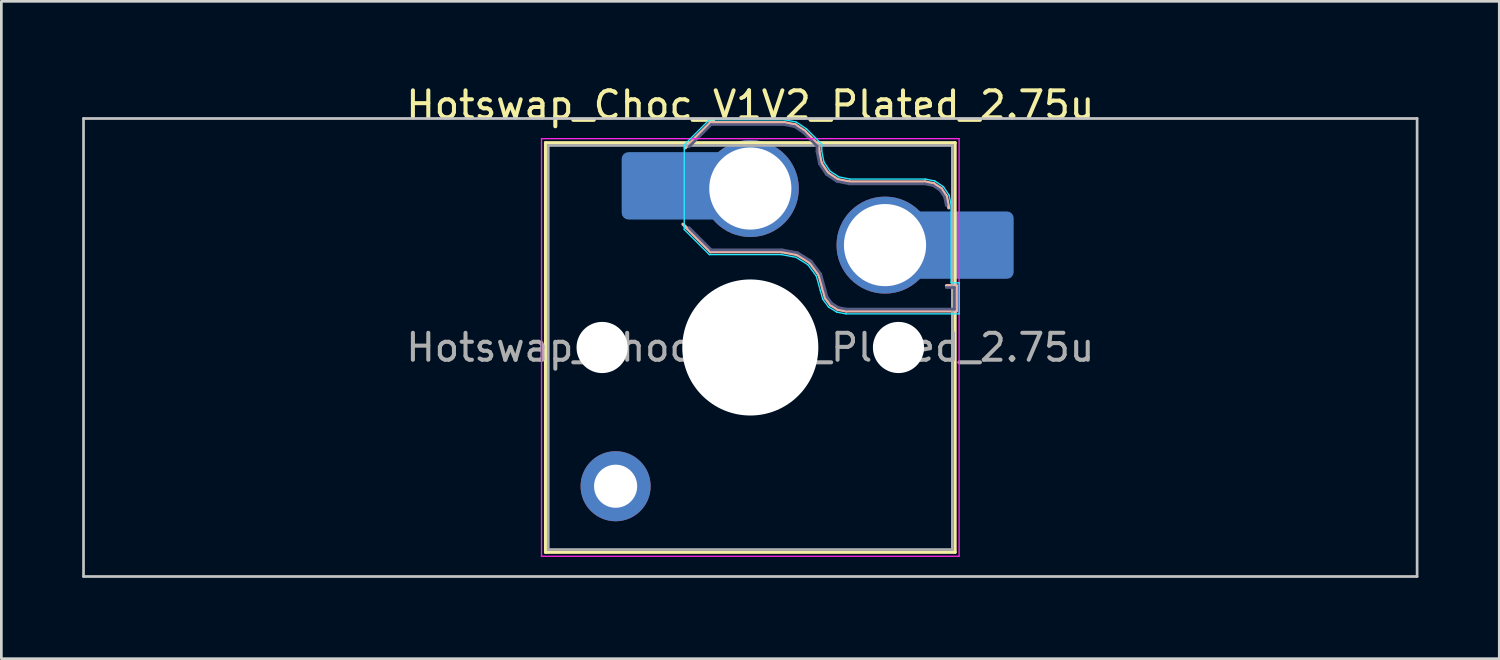
<source format=kicad_pcb>
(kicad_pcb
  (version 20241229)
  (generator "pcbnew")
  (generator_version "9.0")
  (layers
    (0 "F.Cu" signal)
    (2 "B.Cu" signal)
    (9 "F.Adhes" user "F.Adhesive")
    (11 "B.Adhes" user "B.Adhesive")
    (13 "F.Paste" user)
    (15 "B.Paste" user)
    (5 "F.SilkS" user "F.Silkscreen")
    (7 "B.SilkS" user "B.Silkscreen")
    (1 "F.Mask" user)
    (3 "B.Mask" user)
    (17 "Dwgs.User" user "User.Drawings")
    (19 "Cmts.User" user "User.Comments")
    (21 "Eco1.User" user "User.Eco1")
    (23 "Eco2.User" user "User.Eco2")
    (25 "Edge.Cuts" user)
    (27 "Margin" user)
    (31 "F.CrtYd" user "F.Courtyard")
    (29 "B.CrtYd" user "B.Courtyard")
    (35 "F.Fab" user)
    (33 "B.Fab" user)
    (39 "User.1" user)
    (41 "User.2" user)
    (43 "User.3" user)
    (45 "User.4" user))
  (footprint "Hotswap_Choc_V1V2_Plated_2.75u"
    (layer "F.Cu")
    (at 24.8 9.848)
    (property "Reference" "Hotswap_Choc_V1V2_Plated_2.75u" (at 0 -9 0) (layer "F.SilkS") (effects (font (size 1 1) (thickness 0.15))))
    (attr smd)
    (fp_line (start -7.6 -7.6) (end -7.6 7.6) (stroke (width 0.12) (type solid)) (layer "F.SilkS"))
    (fp_line (start -7.6 7.6) (end 7.6 7.6) (stroke (width 0.12) (type solid)) (layer "F.SilkS"))
    (fp_line (start 7.6 -7.6) (end -7.6 -7.6) (stroke (width 0.12) (type solid)) (layer "F.SilkS"))
    (fp_line (start 7.6 7.6) (end 7.6 -7.6) (stroke (width 0.12) (type solid)) (layer "F.SilkS"))
    (fp_line (start -2.416 -7.409) (end -1.479 -8.346) (stroke (width 0.12) (type solid)) (layer "B.SilkS"))
    (fp_line (start -1.479 -8.346) (end 1.268 -8.346) (stroke (width 0.12) (type solid)) (layer "B.SilkS"))
    (fp_line (start -1.479 -3.554) (end -2.5 -4.575) (stroke (width 0.12) (type solid)) (layer "B.SilkS"))
    (fp_line (start 1.168 -3.554) (end -1.479 -3.554) (stroke (width 0.12) (type solid)) (layer "B.SilkS"))
    (fp_line (start 1.268 -8.346) (end 1.671 -8.266) (stroke (width 0.12) (type solid)) (layer "B.SilkS"))
    (fp_line (start 1.671 -8.266) (end 2.013 -8.037) (stroke (width 0.12) (type solid)) (layer "B.SilkS"))
    (fp_line (start 1.73 -3.449) (end 1.168 -3.554) (stroke (width 0.12) (type solid)) (layer "B.SilkS"))
    (fp_line (start 2.013 -8.037) (end 2.546 -7.504) (stroke (width 0.12) (type solid)) (layer "B.SilkS"))
    (fp_line (start 2.209 -3.15) (end 1.73 -3.449) (stroke (width 0.12) (type solid)) (layer "B.SilkS"))
    (fp_line (start 2.546 -7.504) (end 2.546 -7.282) (stroke (width 0.12) (type solid)) (layer "B.SilkS"))
    (fp_line (start 2.546 -7.282) (end 2.633 -6.844) (stroke (width 0.12) (type solid)) (layer "B.SilkS"))
    (fp_line (start 2.547 -2.697) (end 2.209 -3.15) (stroke (width 0.12) (type solid)) (layer "B.SilkS"))
    (fp_line (start 2.633 -6.844) (end 2.877 -6.477) (stroke (width 0.12) (type solid)) (layer "B.SilkS"))
    (fp_line (start 2.701 -2.139) (end 2.547 -2.697) (stroke (width 0.12) (type solid)) (layer "B.SilkS"))
    (fp_line (start 2.783 -1.841) (end 2.701 -2.139) (stroke (width 0.12) (type solid)) (layer "B.SilkS"))
    (fp_line (start 2.877 -6.477) (end 3.244 -6.233) (stroke (width 0.12) (type solid)) (layer "B.SilkS"))
    (fp_line (start 2.976 -1.583) (end 2.783 -1.841) (stroke (width 0.12) (type solid)) (layer "B.SilkS"))
    (fp_line (start 3.244 -6.233) (end 3.682 -6.146) (stroke (width 0.12) (type solid)) (layer "B.SilkS"))
    (fp_line (start 3.25 -1.413) (end 2.976 -1.583) (stroke (width 0.12) (type solid)) (layer "B.SilkS"))
    (fp_line (start 3.56 -1.354) (end 3.25 -1.413) (stroke (width 0.12) (type solid)) (layer "B.SilkS"))
    (fp_line (start 3.682 -6.146) (end 6.482 -6.146) (stroke (width 0.12) (type solid)) (layer "B.SilkS"))
    (fp_line (start 6.482 -6.146) (end 6.809 -6.081) (stroke (width 0.12) (type solid)) (layer "B.SilkS"))
    (fp_line (start 6.809 -6.081) (end 7.092 -5.892) (stroke (width 0.12) (type solid)) (layer "B.SilkS"))
    (fp_line (start 7.092 -5.892) (end 7.281 -5.609) (stroke (width 0.12) (type solid)) (layer "B.SilkS"))
    (fp_line (start 7.281 -5.609) (end 7.366 -5.182) (stroke (width 0.12) (type solid)) (layer "B.SilkS"))
    (fp_line (start 7.283 -2.296) (end 7.646 -2.296) (stroke (width 0.12) (type solid)) (layer "B.SilkS"))
    (fp_line (start 7.646 -2.296) (end 7.646 -1.354) (stroke (width 0.12) (type solid)) (layer "B.SilkS"))
    (fp_line (start 7.646 -1.354) (end 3.56 -1.354) (stroke (width 0.12) (type solid)) (layer "B.SilkS"))
    (fp_line (start -24.75 -8.5) (end -24.75 8.5) (stroke (width 0.1) (type solid)) (layer "Dwgs.User"))
    (fp_line (start -24.75 8.5) (end 24.75 8.5) (stroke (width 0.1) (type solid)) (layer "Dwgs.User"))
    (fp_line (start 24.75 -8.5) (end -24.75 -8.5) (stroke (width 0.1) (type solid)) (layer "Dwgs.User"))
    (fp_line (start 24.75 8.5) (end 24.75 -8.5) (stroke (width 0.1) (type solid)) (layer "Dwgs.User"))
    (fp_line (start -7.25 -7.25) (end -7.25 7.25) (stroke (width 0.1) (type solid)) (layer "Eco1.User"))
    (fp_line (start -7.25 7.25) (end 7.25 7.25) (stroke (width 0.1) (type solid)) (layer "Eco1.User"))
    (fp_line (start 7.25 -7.25) (end -7.25 -7.25) (stroke (width 0.1) (type solid)) (layer "Eco1.User"))
    (fp_line (start 7.25 7.25) (end 7.25 -7.25) (stroke (width 0.1) (type solid)) (layer "Eco1.User"))
    (fp_line (start -2.452 -7.523) (end -1.523 -8.452) (stroke (width 0.05) (type solid)) (layer "B.CrtYd"))
    (fp_line (start -2.452 -4.377) (end -2.452 -7.523) (stroke (width 0.05) (type solid)) (layer "B.CrtYd"))
    (fp_line (start -1.523 -8.452) (end 1.278 -8.452) (stroke (width 0.05) (type solid)) (layer "B.CrtYd"))
    (fp_line (start -1.523 -3.448) (end -2.452 -4.377) (stroke (width 0.05) (type solid)) (layer "B.CrtYd"))
    (fp_line (start 1.159 -3.448) (end -1.523 -3.448) (stroke (width 0.05) (type solid)) (layer "B.CrtYd"))
    (fp_line (start 1.278 -8.452) (end 1.712 -8.366) (stroke (width 0.05) (type solid)) (layer "B.CrtYd"))
    (fp_line (start 1.691 -3.348) (end 1.159 -3.448) (stroke (width 0.05) (type solid)) (layer "B.CrtYd"))
    (fp_line (start 1.712 -8.366) (end 2.081 -8.119) (stroke (width 0.05) (type solid)) (layer "B.CrtYd"))
    (fp_line (start 2.081 -8.119) (end 2.652 -7.548) (stroke (width 0.05) (type solid)) (layer "B.CrtYd"))
    (fp_line (start 2.136 -3.071) (end 1.691 -3.348) (stroke (width 0.05) (type solid)) (layer "B.CrtYd"))
    (fp_line (start 2.45 -2.65) (end 2.136 -3.071) (stroke (width 0.05) (type solid)) (layer "B.CrtYd"))
    (fp_line (start 2.599 -2.111) (end 2.45 -2.65) (stroke (width 0.05) (type solid)) (layer "B.CrtYd"))
    (fp_line (start 2.652 -7.548) (end 2.652 -7.292) (stroke (width 0.05) (type solid)) (layer "B.CrtYd"))
    (fp_line (start 2.652 -7.292) (end 2.733 -6.885) (stroke (width 0.05) (type solid)) (layer "B.CrtYd"))
    (fp_line (start 2.687 -1.794) (end 2.599 -2.111) (stroke (width 0.05) (type solid)) (layer "B.CrtYd"))
    (fp_line (start 2.733 -6.885) (end 2.953 -6.553) (stroke (width 0.05) (type solid)) (layer "B.CrtYd"))
    (fp_line (start 2.903 -1.503) (end 2.687 -1.794) (stroke (width 0.05) (type solid)) (layer "B.CrtYd"))
    (fp_line (start 2.953 -6.553) (end 3.285 -6.333) (stroke (width 0.05) (type solid)) (layer "B.CrtYd"))
    (fp_line (start 3.211 -1.312) (end 2.903 -1.503) (stroke (width 0.05) (type solid)) (layer "B.CrtYd"))
    (fp_line (start 3.285 -6.333) (end 3.692 -6.252) (stroke (width 0.05) (type solid)) (layer "B.CrtYd"))
    (fp_line (start 3.55 -1.248) (end 3.211 -1.312) (stroke (width 0.05) (type solid)) (layer "B.CrtYd"))
    (fp_line (start 3.692 -6.252) (end 6.492 -6.252) (stroke (width 0.05) (type solid)) (layer "B.CrtYd"))
    (fp_line (start 6.492 -6.252) (end 6.85 -6.181) (stroke (width 0.05) (type solid)) (layer "B.CrtYd"))
    (fp_line (start 6.85 -6.181) (end 7.168 -5.968) (stroke (width 0.05) (type solid)) (layer "B.CrtYd"))
    (fp_line (start 7.168 -5.968) (end 7.381 -5.65) (stroke (width 0.05) (type solid)) (layer "B.CrtYd"))
    (fp_line (start 7.381 -5.65) (end 7.452 -5.292) (stroke (width 0.05) (type solid)) (layer "B.CrtYd"))
    (fp_line (start 7.452 -5.292) (end 7.452 -2.402) (stroke (width 0.05) (type solid)) (layer "B.CrtYd"))
    (fp_line (start 7.452 -2.402) (end 7.752 -2.402) (stroke (width 0.05) (type solid)) (layer "B.CrtYd"))
    (fp_line (start 7.752 -2.402) (end 7.752 -1.248) (stroke (width 0.05) (type solid)) (layer "B.CrtYd"))
    (fp_line (start 7.752 -1.248) (end 3.55 -1.248) (stroke (width 0.05) (type solid)) (layer "B.CrtYd"))
    (fp_line (start -7.75 -7.75) (end -7.75 7.75) (stroke (width 0.05) (type solid)) (layer "F.CrtYd"))
    (fp_line (start -7.75 7.75) (end 7.75 7.75) (stroke (width 0.05) (type solid)) (layer "F.CrtYd"))
    (fp_line (start 7.75 -7.75) (end -7.75 -7.75) (stroke (width 0.05) (type solid)) (layer "F.CrtYd"))
    (fp_line (start 7.75 7.75) (end 7.75 -7.75) (stroke (width 0.05) (type solid)) (layer "F.CrtYd"))
    (fp_line (start -2.275 -7.45) (end -1.45 -8.275) (stroke (width 0.1) (type solid)) (layer "B.Fab"))
    (fp_line (start -1.45 -8.275) (end 1.261 -8.275) (stroke (width 0.1) (type solid)) (layer "B.Fab"))
    (fp_line (start -1.45 -3.625) (end -2.275 -4.45) (stroke (width 0.1) (type solid)) (layer "B.Fab"))
    (fp_line (start 1.175 -3.625) (end -1.45 -3.625) (stroke (width 0.1) (type solid)) (layer "B.Fab"))
    (fp_line (start 1.261 -8.275) (end 1.643 -8.199) (stroke (width 0.1) (type solid)) (layer "B.Fab"))
    (fp_line (start 1.643 -8.199) (end 1.968 -7.982) (stroke (width 0.1) (type solid)) (layer "B.Fab"))
    (fp_line (start 1.756 -3.516) (end 1.175 -3.625) (stroke (width 0.1) (type solid)) (layer "B.Fab"))
    (fp_line (start 1.968 -7.982) (end 2.475 -7.475) (stroke (width 0.1) (type solid)) (layer "B.Fab"))
    (fp_line (start 2.258 -3.203) (end 1.756 -3.516) (stroke (width 0.1) (type solid)) (layer "B.Fab"))
    (fp_line (start 2.475 -7.475) (end 2.475 -7.275) (stroke (width 0.1) (type solid)) (layer "B.Fab"))
    (fp_line (start 2.475 -7.275) (end 2.566 -6.816) (stroke (width 0.1) (type solid)) (layer "B.Fab"))
    (fp_line (start 2.566 -6.816) (end 2.826 -6.426) (stroke (width 0.1) (type solid)) (layer "B.Fab"))
    (fp_line (start 2.612 -2.729) (end 2.258 -3.203) (stroke (width 0.1) (type solid)) (layer "B.Fab"))
    (fp_line (start 2.769 -2.158) (end 2.612 -2.729) (stroke (width 0.1) (type solid)) (layer "B.Fab"))
    (fp_line (start 2.826 -6.426) (end 3.216 -6.166) (stroke (width 0.1) (type solid)) (layer "B.Fab"))
    (fp_line (start 2.848 -1.873) (end 2.769 -2.158) (stroke (width 0.1) (type solid)) (layer "B.Fab"))
    (fp_line (start 3.025 -1.636) (end 2.848 -1.873) (stroke (width 0.1) (type solid)) (layer "B.Fab"))
    (fp_line (start 3.216 -6.166) (end 3.675 -6.075) (stroke (width 0.1) (type solid)) (layer "B.Fab"))
    (fp_line (start 3.276 -1.48) (end 3.025 -1.636) (stroke (width 0.1) (type solid)) (layer "B.Fab"))
    (fp_line (start 3.567 -1.425) (end 3.276 -1.48) (stroke (width 0.1) (type solid)) (layer "B.Fab"))
    (fp_line (start 3.675 -6.075) (end 6.475 -6.075) (stroke (width 0.1) (type solid)) (layer "B.Fab"))
    (fp_line (start 6.475 -6.075) (end 6.781 -6.014) (stroke (width 0.1) (type solid)) (layer "B.Fab"))
    (fp_line (start 6.781 -6.014) (end 7.041 -5.841) (stroke (width 0.1) (type solid)) (layer "B.Fab"))
    (fp_line (start 7.041 -5.841) (end 7.214 -5.581) (stroke (width 0.1) (type solid)) (layer "B.Fab"))
    (fp_line (start 7.214 -5.581) (end 7.275 -5.275) (stroke (width 0.1) (type solid)) (layer "B.Fab"))
    (fp_line (start 7.275 -2.225) (end 7.575 -2.225) (stroke (width 0.1) (type solid)) (layer "B.Fab"))
    (fp_line (start 7.575 -2.225) (end 7.575 -1.425) (stroke (width 0.1) (type solid)) (layer "B.Fab"))
    (fp_line (start 7.575 -1.425) (end 3.567 -1.425) (stroke (width 0.1) (type solid)) (layer "B.Fab"))
    (fp_line (start -7.5 -7.5) (end -7.5 7.5) (stroke (width 0.1) (type solid)) (layer "F.Fab"))
    (fp_line (start -7.5 7.5) (end 7.5 7.5) (stroke (width 0.1) (type solid)) (layer "F.Fab"))
    (fp_line (start 7.5 -7.5) (end -7.5 -7.5) (stroke (width 0.1) (type solid)) (layer "F.Fab"))
    (fp_line (start 7.5 7.5) (end 7.5 -7.5) (stroke (width 0.1) (type solid)) (layer "F.Fab"))
    (fp_text user "${REFERENCE}" (at 0 0 0) (layer "F.Fab") (effects (font (size 1 1) (thickness 0.15))))
    (pad "" np_thru_hole circle (at -5.5 0) (size 1.9 1.9) (drill 1.9) (layers "*.Cu" "*.Mask"))
    (pad "" thru_hole circle (at -5 5.15) (size 2.6 2.6) (drill 1.6) (layers "*.Cu" "*.Mask"))
    (pad "" smd roundrect (at -3.5 -6) (size 2.55 2.5) (layers "B.Mask" "B.Paste") (roundrect_rratio 0.1))
    (pad "" np_thru_hole circle (at 0 0) (size 5.05 5.05) (drill 5.05) (layers "*.Cu" "*.Mask"))
    (pad "" np_thru_hole circle (at 5.5 0) (size 1.9 1.9) (drill 1.9) (layers "*.Cu" "*.Mask"))
    (pad "" smd roundrect (at 8.5 -3.8) (size 2.55 2.5) (layers "B.Mask" "B.Paste") (roundrect_rratio 0.1))
    (pad "1" smd roundrect (at -2.85 -6) (size 3.85 2.5) (layers "B.Cu") (roundrect_rratio 0.1))
    (pad "1" thru_hole circle (at 0 -5.9) (size 3.6 3.6) (drill 3.05) (layers "*.Cu" "*.Mask"))
    (pad "2" thru_hole circle (at 5 -3.8) (size 3.6 3.6) (drill 3.05) (layers "*.Cu" "*.Mask"))
    (pad "2" smd roundrect (at 7.85 -3.8) (size 3.85 2.5) (layers "B.Cu") (roundrect_rratio 0.1)))
  (gr_rect
    (start -3 -3)
    (end 52.6 21.398)
    (stroke (width 0.1) (type default))
    (fill no)
    (layer "Edge.Cuts")))
</source>
